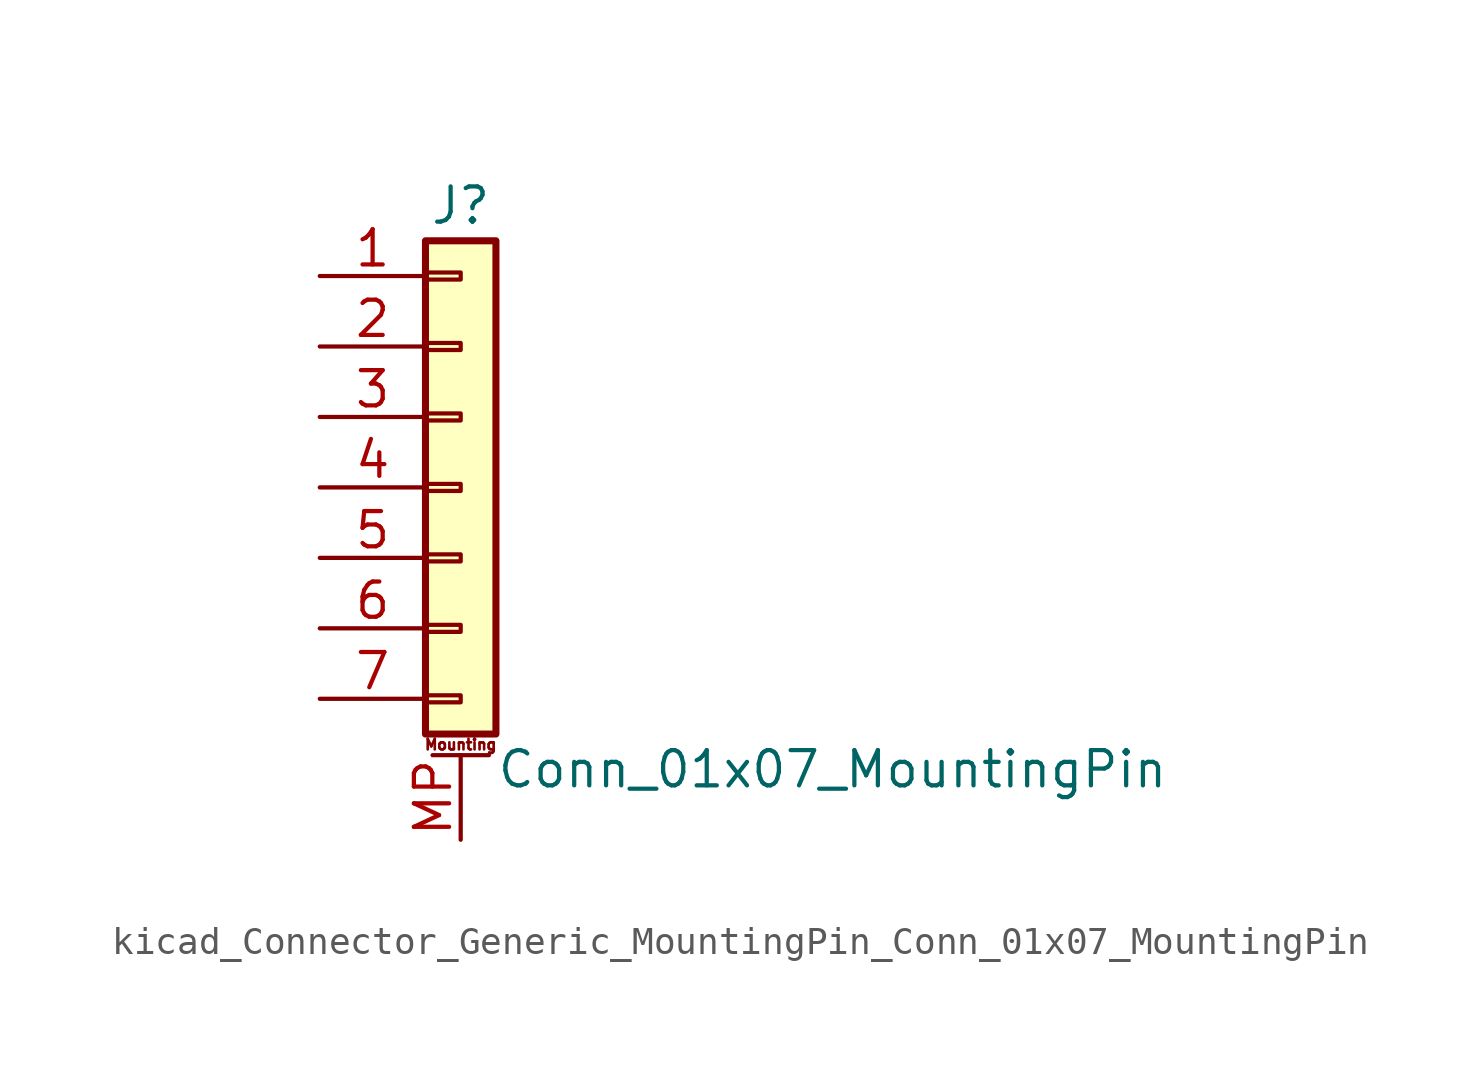
<source format=kicad_sym>
(kicad_symbol_lib
  (version 20220914)
  (generator kicad_symbol_editor)
  (symbol "kicad_Connector_Generic_MountingPin_Conn_01x07_MountingPin"
    (pin_names
      (offset 1.016) hide)
    (property "Reference" "J"
      (at 0 10.16 0)
      (effects (font (size 1.27 1.27))))
    (property "Value" "Conn_01x07_MountingPin"
      (at 1.27 -10.16 0)
      (effects (font (size 1.27 1.27)) (justify left)))
    (symbol "kicad_Connector_Generic_MountingPin_Conn_01x07_MountingPin_1_1"
      (rectangle (start -1.27 -7.493) (end 0 -7.747) (stroke (width 0.152) (type default)) (fill (type none)))
      (rectangle (start -1.27 -4.953) (end 0 -5.207) (stroke (width 0.152) (type default)) (fill (type none)))
      (rectangle (start -1.27 -2.413) (end 0 -2.667) (stroke (width 0.152) (type default)) (fill (type none)))
      (rectangle (start -1.27 0.127) (end 0 -0.127) (stroke (width 0.152) (type default)) (fill (type none)))
      (rectangle (start -1.27 2.667) (end 0 2.413) (stroke (width 0.152) (type default)) (fill (type none)))
      (rectangle (start -1.27 5.207) (end 0 4.953) (stroke (width 0.152) (type default)) (fill (type none)))
      (rectangle (start -1.27 7.747) (end 0 7.493) (stroke (width 0.152) (type default)) (fill (type none)))
      (rectangle (start -1.27 8.89) (end 1.27 -8.89) (stroke (width 0.254) (type default)) (fill (type background)))
      (polyline (pts (xy -1.016 -9.652) (xy 1.016 -9.652)) (stroke (width 0.152) (type default)) (fill (type none)))
      (text "Mounting" (at 0 -9.271 0) (effects (font (size 0.381 0.381))))
      (pin passive line (at -5.08 7.62 0) (length 3.81) (name "Pin_1" (effects (font (size 1.27 1.27)))) (number "1" (effects (font (size 1.27 1.27)))))
      (pin passive line (at -5.08 5.08 0) (length 3.81) (name "Pin_2" (effects (font (size 1.27 1.27)))) (number "2" (effects (font (size 1.27 1.27)))))
      (pin passive line (at -5.08 2.54 0) (length 3.81) (name "Pin_3" (effects (font (size 1.27 1.27)))) (number "3" (effects (font (size 1.27 1.27)))))
      (pin passive line (at -5.08 0 0) (length 3.81) (name "Pin_4" (effects (font (size 1.27 1.27)))) (number "4" (effects (font (size 1.27 1.27)))))
      (pin passive line (at -5.08 -2.54 0) (length 3.81) (name "Pin_5" (effects (font (size 1.27 1.27)))) (number "5" (effects (font (size 1.27 1.27)))))
      (pin passive line (at -5.08 -5.08 0) (length 3.81) (name "Pin_6" (effects (font (size 1.27 1.27)))) (number "6" (effects (font (size 1.27 1.27)))))
      (pin passive line (at -5.08 -7.62 0) (length 3.81) (name "Pin_7" (effects (font (size 1.27 1.27)))) (number "7" (effects (font (size 1.27 1.27)))))
      (pin passive line (at 0 -12.7 90) (length 3.048) (name "MountPin" (effects (font (size 1.27 1.27)))) (number "MP" (effects (font (size 1.27 1.27))))))))
</source>
